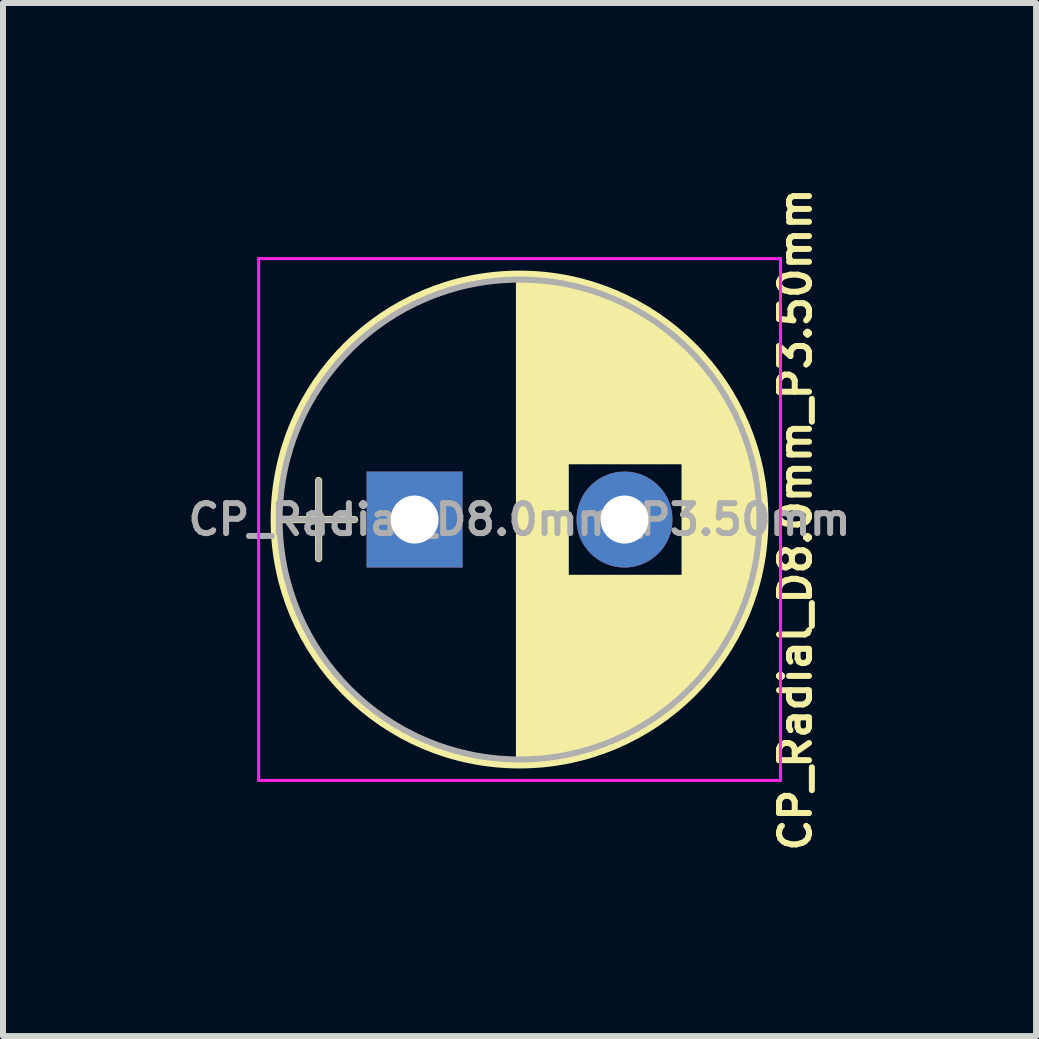
<source format=kicad_pcb>
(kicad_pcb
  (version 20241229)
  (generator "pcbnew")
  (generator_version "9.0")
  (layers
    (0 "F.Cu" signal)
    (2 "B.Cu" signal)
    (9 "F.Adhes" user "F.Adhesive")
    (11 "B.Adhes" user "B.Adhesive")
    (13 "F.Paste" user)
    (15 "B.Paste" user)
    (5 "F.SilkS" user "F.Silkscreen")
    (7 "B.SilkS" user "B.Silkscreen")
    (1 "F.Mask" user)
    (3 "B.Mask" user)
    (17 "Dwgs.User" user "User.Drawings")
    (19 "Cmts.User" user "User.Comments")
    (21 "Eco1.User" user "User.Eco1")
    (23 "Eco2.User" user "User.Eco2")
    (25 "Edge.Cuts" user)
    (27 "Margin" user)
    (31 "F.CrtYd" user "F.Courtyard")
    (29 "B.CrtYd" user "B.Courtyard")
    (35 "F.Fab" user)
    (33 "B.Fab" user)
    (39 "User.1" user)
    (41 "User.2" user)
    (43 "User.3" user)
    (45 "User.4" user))
  (footprint "CP_Radial_D8.0mm_P3.50mm"
    (layer "F.Cu")
    (at 3.862 5.612)
    (property "Reference" "CP_Radial_D8.0mm_P3.50mm" (at 6.35 0 90) (layer "F.SilkS") (effects (font (size 0.5 0.5) (thickness 0.1))))
    (attr through_hole)
    (fp_line (start -2.2 0) (end -1 0) (stroke (width 0.12) (type solid)) (layer "F.SilkS"))
    (fp_line (start -1.6 -0.65) (end -1.6 0.65) (stroke (width 0.12) (type solid)) (layer "F.SilkS"))
    (fp_line (start 1.75 -4.05) (end 1.75 4.05) (stroke (width 0.12) (type solid)) (layer "F.SilkS"))
    (fp_line (start 1.79 -4.05) (end 1.79 4.05) (stroke (width 0.12) (type solid)) (layer "F.SilkS"))
    (fp_line (start 1.83 -4.05) (end 1.83 4.05) (stroke (width 0.12) (type solid)) (layer "F.SilkS"))
    (fp_line (start 1.87 -4.049) (end 1.87 4.049) (stroke (width 0.12) (type solid)) (layer "F.SilkS"))
    (fp_line (start 1.91 -4.047) (end 1.91 4.047) (stroke (width 0.12) (type solid)) (layer "F.SilkS"))
    (fp_line (start 1.95 -4.046) (end 1.95 4.046) (stroke (width 0.12) (type solid)) (layer "F.SilkS"))
    (fp_line (start 1.99 -4.043) (end 1.99 4.043) (stroke (width 0.12) (type solid)) (layer "F.SilkS"))
    (fp_line (start 2.03 -4.041) (end 2.03 4.041) (stroke (width 0.12) (type solid)) (layer "F.SilkS"))
    (fp_line (start 2.07 -4.038) (end 2.07 4.038) (stroke (width 0.12) (type solid)) (layer "F.SilkS"))
    (fp_line (start 2.11 -4.035) (end 2.11 4.035) (stroke (width 0.12) (type solid)) (layer "F.SilkS"))
    (fp_line (start 2.15 -4.031) (end 2.15 4.031) (stroke (width 0.12) (type solid)) (layer "F.SilkS"))
    (fp_line (start 2.19 -4.027) (end 2.19 4.027) (stroke (width 0.12) (type solid)) (layer "F.SilkS"))
    (fp_line (start 2.23 -4.022) (end 2.23 4.022) (stroke (width 0.12) (type solid)) (layer "F.SilkS"))
    (fp_line (start 2.27 -4.017) (end 2.27 4.017) (stroke (width 0.12) (type solid)) (layer "F.SilkS"))
    (fp_line (start 2.31 -4.012) (end 2.31 4.012) (stroke (width 0.12) (type solid)) (layer "F.SilkS"))
    (fp_line (start 2.35 -4.006) (end 2.35 4.006) (stroke (width 0.12) (type solid)) (layer "F.SilkS"))
    (fp_line (start 2.39 -4) (end 2.39 4) (stroke (width 0.12) (type solid)) (layer "F.SilkS"))
    (fp_line (start 2.43 -3.994) (end 2.43 3.994) (stroke (width 0.12) (type solid)) (layer "F.SilkS"))
    (fp_line (start 2.471 -3.987) (end 2.471 3.987) (stroke (width 0.12) (type solid)) (layer "F.SilkS"))
    (fp_line (start 2.511 -3.979) (end 2.511 3.979) (stroke (width 0.12) (type solid)) (layer "F.SilkS"))
    (fp_line (start 2.551 -3.971) (end 2.551 -0.98) (stroke (width 0.12) (type solid)) (layer "F.SilkS"))
    (fp_line (start 2.551 0.98) (end 2.551 3.971) (stroke (width 0.12) (type solid)) (layer "F.SilkS"))
    (fp_line (start 2.591 -3.963) (end 2.591 -0.98) (stroke (width 0.12) (type solid)) (layer "F.SilkS"))
    (fp_line (start 2.591 0.98) (end 2.591 3.963) (stroke (width 0.12) (type solid)) (layer "F.SilkS"))
    (fp_line (start 2.631 -3.955) (end 2.631 -0.98) (stroke (width 0.12) (type solid)) (layer "F.SilkS"))
    (fp_line (start 2.631 0.98) (end 2.631 3.955) (stroke (width 0.12) (type solid)) (layer "F.SilkS"))
    (fp_line (start 2.671 -3.946) (end 2.671 -0.98) (stroke (width 0.12) (type solid)) (layer "F.SilkS"))
    (fp_line (start 2.671 0.98) (end 2.671 3.946) (stroke (width 0.12) (type solid)) (layer "F.SilkS"))
    (fp_line (start 2.711 -3.936) (end 2.711 -0.98) (stroke (width 0.12) (type solid)) (layer "F.SilkS"))
    (fp_line (start 2.711 0.98) (end 2.711 3.936) (stroke (width 0.12) (type solid)) (layer "F.SilkS"))
    (fp_line (start 2.751 -3.926) (end 2.751 -0.98) (stroke (width 0.12) (type solid)) (layer "F.SilkS"))
    (fp_line (start 2.751 0.98) (end 2.751 3.926) (stroke (width 0.12) (type solid)) (layer "F.SilkS"))
    (fp_line (start 2.791 -3.916) (end 2.791 -0.98) (stroke (width 0.12) (type solid)) (layer "F.SilkS"))
    (fp_line (start 2.791 0.98) (end 2.791 3.916) (stroke (width 0.12) (type solid)) (layer "F.SilkS"))
    (fp_line (start 2.831 -3.905) (end 2.831 -0.98) (stroke (width 0.12) (type solid)) (layer "F.SilkS"))
    (fp_line (start 2.831 0.98) (end 2.831 3.905) (stroke (width 0.12) (type solid)) (layer "F.SilkS"))
    (fp_line (start 2.871 -3.894) (end 2.871 -0.98) (stroke (width 0.12) (type solid)) (layer "F.SilkS"))
    (fp_line (start 2.871 0.98) (end 2.871 3.894) (stroke (width 0.12) (type solid)) (layer "F.SilkS"))
    (fp_line (start 2.911 -3.883) (end 2.911 -0.98) (stroke (width 0.12) (type solid)) (layer "F.SilkS"))
    (fp_line (start 2.911 0.98) (end 2.911 3.883) (stroke (width 0.12) (type solid)) (layer "F.SilkS"))
    (fp_line (start 2.951 -3.87) (end 2.951 -0.98) (stroke (width 0.12) (type solid)) (layer "F.SilkS"))
    (fp_line (start 2.951 0.98) (end 2.951 3.87) (stroke (width 0.12) (type solid)) (layer "F.SilkS"))
    (fp_line (start 2.991 -3.858) (end 2.991 -0.98) (stroke (width 0.12) (type solid)) (layer "F.SilkS"))
    (fp_line (start 2.991 0.98) (end 2.991 3.858) (stroke (width 0.12) (type solid)) (layer "F.SilkS"))
    (fp_line (start 3.031 -3.845) (end 3.031 -0.98) (stroke (width 0.12) (type solid)) (layer "F.SilkS"))
    (fp_line (start 3.031 0.98) (end 3.031 3.845) (stroke (width 0.12) (type solid)) (layer "F.SilkS"))
    (fp_line (start 3.071 -3.832) (end 3.071 -0.98) (stroke (width 0.12) (type solid)) (layer "F.SilkS"))
    (fp_line (start 3.071 0.98) (end 3.071 3.832) (stroke (width 0.12) (type solid)) (layer "F.SilkS"))
    (fp_line (start 3.111 -3.818) (end 3.111 -0.98) (stroke (width 0.12) (type solid)) (layer "F.SilkS"))
    (fp_line (start 3.111 0.98) (end 3.111 3.818) (stroke (width 0.12) (type solid)) (layer "F.SilkS"))
    (fp_line (start 3.151 -3.803) (end 3.151 -0.98) (stroke (width 0.12) (type solid)) (layer "F.SilkS"))
    (fp_line (start 3.151 0.98) (end 3.151 3.803) (stroke (width 0.12) (type solid)) (layer "F.SilkS"))
    (fp_line (start 3.191 -3.789) (end 3.191 -0.98) (stroke (width 0.12) (type solid)) (layer "F.SilkS"))
    (fp_line (start 3.191 0.98) (end 3.191 3.789) (stroke (width 0.12) (type solid)) (layer "F.SilkS"))
    (fp_line (start 3.231 -3.773) (end 3.231 -0.98) (stroke (width 0.12) (type solid)) (layer "F.SilkS"))
    (fp_line (start 3.231 0.98) (end 3.231 3.773) (stroke (width 0.12) (type solid)) (layer "F.SilkS"))
    (fp_line (start 3.271 -3.758) (end 3.271 -0.98) (stroke (width 0.12) (type solid)) (layer "F.SilkS"))
    (fp_line (start 3.271 0.98) (end 3.271 3.758) (stroke (width 0.12) (type solid)) (layer "F.SilkS"))
    (fp_line (start 3.311 -3.741) (end 3.311 -0.98) (stroke (width 0.12) (type solid)) (layer "F.SilkS"))
    (fp_line (start 3.311 0.98) (end 3.311 3.741) (stroke (width 0.12) (type solid)) (layer "F.SilkS"))
    (fp_line (start 3.351 -3.725) (end 3.351 -0.98) (stroke (width 0.12) (type solid)) (layer "F.SilkS"))
    (fp_line (start 3.351 0.98) (end 3.351 3.725) (stroke (width 0.12) (type solid)) (layer "F.SilkS"))
    (fp_line (start 3.391 -3.707) (end 3.391 -0.98) (stroke (width 0.12) (type solid)) (layer "F.SilkS"))
    (fp_line (start 3.391 0.98) (end 3.391 3.707) (stroke (width 0.12) (type solid)) (layer "F.SilkS"))
    (fp_line (start 3.431 -3.69) (end 3.431 -0.98) (stroke (width 0.12) (type solid)) (layer "F.SilkS"))
    (fp_line (start 3.431 0.98) (end 3.431 3.69) (stroke (width 0.12) (type solid)) (layer "F.SilkS"))
    (fp_line (start 3.471 -3.671) (end 3.471 -0.98) (stroke (width 0.12) (type solid)) (layer "F.SilkS"))
    (fp_line (start 3.471 0.98) (end 3.471 3.671) (stroke (width 0.12) (type solid)) (layer "F.SilkS"))
    (fp_line (start 3.511 -3.652) (end 3.511 -0.98) (stroke (width 0.12) (type solid)) (layer "F.SilkS"))
    (fp_line (start 3.511 0.98) (end 3.511 3.652) (stroke (width 0.12) (type solid)) (layer "F.SilkS"))
    (fp_line (start 3.551 -3.633) (end 3.551 -0.98) (stroke (width 0.12) (type solid)) (layer "F.SilkS"))
    (fp_line (start 3.551 0.98) (end 3.551 3.633) (stroke (width 0.12) (type solid)) (layer "F.SilkS"))
    (fp_line (start 3.591 -3.613) (end 3.591 -0.98) (stroke (width 0.12) (type solid)) (layer "F.SilkS"))
    (fp_line (start 3.591 0.98) (end 3.591 3.613) (stroke (width 0.12) (type solid)) (layer "F.SilkS"))
    (fp_line (start 3.631 -3.593) (end 3.631 -0.98) (stroke (width 0.12) (type solid)) (layer "F.SilkS"))
    (fp_line (start 3.631 0.98) (end 3.631 3.593) (stroke (width 0.12) (type solid)) (layer "F.SilkS"))
    (fp_line (start 3.671 -3.572) (end 3.671 -0.98) (stroke (width 0.12) (type solid)) (layer "F.SilkS"))
    (fp_line (start 3.671 0.98) (end 3.671 3.572) (stroke (width 0.12) (type solid)) (layer "F.SilkS"))
    (fp_line (start 3.711 -3.55) (end 3.711 -0.98) (stroke (width 0.12) (type solid)) (layer "F.SilkS"))
    (fp_line (start 3.711 0.98) (end 3.711 3.55) (stroke (width 0.12) (type solid)) (layer "F.SilkS"))
    (fp_line (start 3.751 -3.528) (end 3.751 -0.98) (stroke (width 0.12) (type solid)) (layer "F.SilkS"))
    (fp_line (start 3.751 0.98) (end 3.751 3.528) (stroke (width 0.12) (type solid)) (layer "F.SilkS"))
    (fp_line (start 3.791 -3.505) (end 3.791 -0.98) (stroke (width 0.12) (type solid)) (layer "F.SilkS"))
    (fp_line (start 3.791 0.98) (end 3.791 3.505) (stroke (width 0.12) (type solid)) (layer "F.SilkS"))
    (fp_line (start 3.831 -3.482) (end 3.831 -0.98) (stroke (width 0.12) (type solid)) (layer "F.SilkS"))
    (fp_line (start 3.831 0.98) (end 3.831 3.482) (stroke (width 0.12) (type solid)) (layer "F.SilkS"))
    (fp_line (start 3.871 -3.458) (end 3.871 -0.98) (stroke (width 0.12) (type solid)) (layer "F.SilkS"))
    (fp_line (start 3.871 0.98) (end 3.871 3.458) (stroke (width 0.12) (type solid)) (layer "F.SilkS"))
    (fp_line (start 3.911 -3.434) (end 3.911 -0.98) (stroke (width 0.12) (type solid)) (layer "F.SilkS"))
    (fp_line (start 3.911 0.98) (end 3.911 3.434) (stroke (width 0.12) (type solid)) (layer "F.SilkS"))
    (fp_line (start 3.951 -3.408) (end 3.951 -0.98) (stroke (width 0.12) (type solid)) (layer "F.SilkS"))
    (fp_line (start 3.951 0.98) (end 3.951 3.408) (stroke (width 0.12) (type solid)) (layer "F.SilkS"))
    (fp_line (start 3.991 -3.383) (end 3.991 -0.98) (stroke (width 0.12) (type solid)) (layer "F.SilkS"))
    (fp_line (start 3.991 0.98) (end 3.991 3.383) (stroke (width 0.12) (type solid)) (layer "F.SilkS"))
    (fp_line (start 4.031 -3.356) (end 4.031 -0.98) (stroke (width 0.12) (type solid)) (layer "F.SilkS"))
    (fp_line (start 4.031 0.98) (end 4.031 3.356) (stroke (width 0.12) (type solid)) (layer "F.SilkS"))
    (fp_line (start 4.071 -3.329) (end 4.071 -0.98) (stroke (width 0.12) (type solid)) (layer "F.SilkS"))
    (fp_line (start 4.071 0.98) (end 4.071 3.329) (stroke (width 0.12) (type solid)) (layer "F.SilkS"))
    (fp_line (start 4.111 -3.301) (end 4.111 -0.98) (stroke (width 0.12) (type solid)) (layer "F.SilkS"))
    (fp_line (start 4.111 0.98) (end 4.111 3.301) (stroke (width 0.12) (type solid)) (layer "F.SilkS"))
    (fp_line (start 4.151 -3.272) (end 4.151 -0.98) (stroke (width 0.12) (type solid)) (layer "F.SilkS"))
    (fp_line (start 4.151 0.98) (end 4.151 3.272) (stroke (width 0.12) (type solid)) (layer "F.SilkS"))
    (fp_line (start 4.191 -3.243) (end 4.191 -0.98) (stroke (width 0.12) (type solid)) (layer "F.SilkS"))
    (fp_line (start 4.191 0.98) (end 4.191 3.243) (stroke (width 0.12) (type solid)) (layer "F.SilkS"))
    (fp_line (start 4.231 -3.213) (end 4.231 -0.98) (stroke (width 0.12) (type solid)) (layer "F.SilkS"))
    (fp_line (start 4.231 0.98) (end 4.231 3.213) (stroke (width 0.12) (type solid)) (layer "F.SilkS"))
    (fp_line (start 4.271 -3.182) (end 4.271 -0.98) (stroke (width 0.12) (type solid)) (layer "F.SilkS"))
    (fp_line (start 4.271 0.98) (end 4.271 3.182) (stroke (width 0.12) (type solid)) (layer "F.SilkS"))
    (fp_line (start 4.311 -3.15) (end 4.311 -0.98) (stroke (width 0.12) (type solid)) (layer "F.SilkS"))
    (fp_line (start 4.311 0.98) (end 4.311 3.15) (stroke (width 0.12) (type solid)) (layer "F.SilkS"))
    (fp_line (start 4.351 -3.118) (end 4.351 -0.98) (stroke (width 0.12) (type solid)) (layer "F.SilkS"))
    (fp_line (start 4.351 0.98) (end 4.351 3.118) (stroke (width 0.12) (type solid)) (layer "F.SilkS"))
    (fp_line (start 4.391 -3.084) (end 4.391 -0.98) (stroke (width 0.12) (type solid)) (layer "F.SilkS"))
    (fp_line (start 4.391 0.98) (end 4.391 3.084) (stroke (width 0.12) (type solid)) (layer "F.SilkS"))
    (fp_line (start 4.431 -3.05) (end 4.431 -0.98) (stroke (width 0.12) (type solid)) (layer "F.SilkS"))
    (fp_line (start 4.431 0.98) (end 4.431 3.05) (stroke (width 0.12) (type solid)) (layer "F.SilkS"))
    (fp_line (start 4.471 -3.015) (end 4.471 -0.98) (stroke (width 0.12) (type solid)) (layer "F.SilkS"))
    (fp_line (start 4.471 0.98) (end 4.471 3.015) (stroke (width 0.12) (type solid)) (layer "F.SilkS"))
    (fp_line (start 4.511 -2.979) (end 4.511 2.979) (stroke (width 0.12) (type solid)) (layer "F.SilkS"))
    (fp_line (start 4.551 -2.942) (end 4.551 2.942) (stroke (width 0.12) (type solid)) (layer "F.SilkS"))
    (fp_line (start 4.591 -2.904) (end 4.591 2.904) (stroke (width 0.12) (type solid)) (layer "F.SilkS"))
    (fp_line (start 4.631 -2.865) (end 4.631 2.865) (stroke (width 0.12) (type solid)) (layer "F.SilkS"))
    (fp_line (start 4.671 -2.824) (end 4.671 2.824) (stroke (width 0.12) (type solid)) (layer "F.SilkS"))
    (fp_line (start 4.711 -2.783) (end 4.711 2.783) (stroke (width 0.12) (type solid)) (layer "F.SilkS"))
    (fp_line (start 4.751 -2.74) (end 4.751 2.74) (stroke (width 0.12) (type solid)) (layer "F.SilkS"))
    (fp_line (start 4.791 -2.697) (end 4.791 2.697) (stroke (width 0.12) (type solid)) (layer "F.SilkS"))
    (fp_line (start 4.831 -2.652) (end 4.831 2.652) (stroke (width 0.12) (type solid)) (layer "F.SilkS"))
    (fp_line (start 4.871 -2.605) (end 4.871 2.605) (stroke (width 0.12) (type solid)) (layer "F.SilkS"))
    (fp_line (start 4.911 -2.557) (end 4.911 2.557) (stroke (width 0.12) (type solid)) (layer "F.SilkS"))
    (fp_line (start 4.951 -2.508) (end 4.951 2.508) (stroke (width 0.12) (type solid)) (layer "F.SilkS"))
    (fp_line (start 4.991 -2.457) (end 4.991 2.457) (stroke (width 0.12) (type solid)) (layer "F.SilkS"))
    (fp_line (start 5.031 -2.404) (end 5.031 2.404) (stroke (width 0.12) (type solid)) (layer "F.SilkS"))
    (fp_line (start 5.071 -2.349) (end 5.071 2.349) (stroke (width 0.12) (type solid)) (layer "F.SilkS"))
    (fp_line (start 5.111 -2.293) (end 5.111 2.293) (stroke (width 0.12) (type solid)) (layer "F.SilkS"))
    (fp_line (start 5.151 -2.234) (end 5.151 2.234) (stroke (width 0.12) (type solid)) (layer "F.SilkS"))
    (fp_line (start 5.191 -2.173) (end 5.191 2.173) (stroke (width 0.12) (type solid)) (layer "F.SilkS"))
    (fp_line (start 5.231 -2.109) (end 5.231 2.109) (stroke (width 0.12) (type solid)) (layer "F.SilkS"))
    (fp_line (start 5.271 -2.043) (end 5.271 2.043) (stroke (width 0.12) (type solid)) (layer "F.SilkS"))
    (fp_line (start 5.311 -1.974) (end 5.311 1.974) (stroke (width 0.12) (type solid)) (layer "F.SilkS"))
    (fp_line (start 5.351 -1.902) (end 5.351 1.902) (stroke (width 0.12) (type solid)) (layer "F.SilkS"))
    (fp_line (start 5.391 -1.826) (end 5.391 1.826) (stroke (width 0.12) (type solid)) (layer "F.SilkS"))
    (fp_line (start 5.431 -1.745) (end 5.431 1.745) (stroke (width 0.12) (type solid)) (layer "F.SilkS"))
    (fp_line (start 5.471 -1.66) (end 5.471 1.66) (stroke (width 0.12) (type solid)) (layer "F.SilkS"))
    (fp_line (start 5.511 -1.57) (end 5.511 1.57) (stroke (width 0.12) (type solid)) (layer "F.SilkS"))
    (fp_line (start 5.551 -1.473) (end 5.551 1.473) (stroke (width 0.12) (type solid)) (layer "F.SilkS"))
    (fp_line (start 5.591 -1.369) (end 5.591 1.369) (stroke (width 0.12) (type solid)) (layer "F.SilkS"))
    (fp_line (start 5.631 -1.254) (end 5.631 1.254) (stroke (width 0.12) (type solid)) (layer "F.SilkS"))
    (fp_line (start 5.671 -1.127) (end 5.671 1.127) (stroke (width 0.12) (type solid)) (layer "F.SilkS"))
    (fp_line (start 5.711 -0.983) (end 5.711 0.983) (stroke (width 0.12) (type solid)) (layer "F.SilkS"))
    (fp_line (start 5.751 -0.814) (end 5.751 0.814) (stroke (width 0.12) (type solid)) (layer "F.SilkS"))
    (fp_line (start 5.791 -0.598) (end 5.791 0.598) (stroke (width 0.12) (type solid)) (layer "F.SilkS"))
    (fp_line (start 5.831 -0.246) (end 5.831 0.246) (stroke (width 0.12) (type solid)) (layer "F.SilkS"))
    (fp_circle (center 1.75 0) (end 5.84 0) (stroke (width 0.12) (type solid)) (fill no) (layer "F.SilkS"))
    (fp_line (start -2.6 -4.35) (end -2.6 4.35) (stroke (width 0.05) (type solid)) (layer "F.CrtYd"))
    (fp_line (start -2.6 4.35) (end 6.1 4.35) (stroke (width 0.05) (type solid)) (layer "F.CrtYd"))
    (fp_line (start 6.1 -4.35) (end -2.6 -4.35) (stroke (width 0.05) (type solid)) (layer "F.CrtYd"))
    (fp_line (start 6.1 4.35) (end 6.1 -4.35) (stroke (width 0.05) (type solid)) (layer "F.CrtYd"))
    (fp_line (start -2.2 0) (end -1 0) (stroke (width 0.1) (type solid)) (layer "F.Fab"))
    (fp_line (start -1.6 -0.65) (end -1.6 0.65) (stroke (width 0.1) (type solid)) (layer "F.Fab"))
    (fp_circle (center 1.75 0) (end 5.75 0) (stroke (width 0.1) (type solid)) (fill no) (layer "F.Fab"))
    (fp_text user "${REFERENCE}" (at 1.75 0 0) (layer "F.Fab") (effects (font (size 0.5 0.5) (thickness 0.1))))
    (pad "1" thru_hole rect (at 0 0) (size 1.6 1.6) (drill 0.8) (layers "*.Cu" "*.Mask"))
    (pad "2" thru_hole circle (at 3.5 0) (size 1.6 1.6) (drill 0.8) (layers "*.Cu" "*.Mask")))
  (gr_rect
    (start -3 -3)
    (end 14.224 14.224)
    (stroke (width 0.1) (type default))
    (fill no)
    (layer "Edge.Cuts")))
</source>
